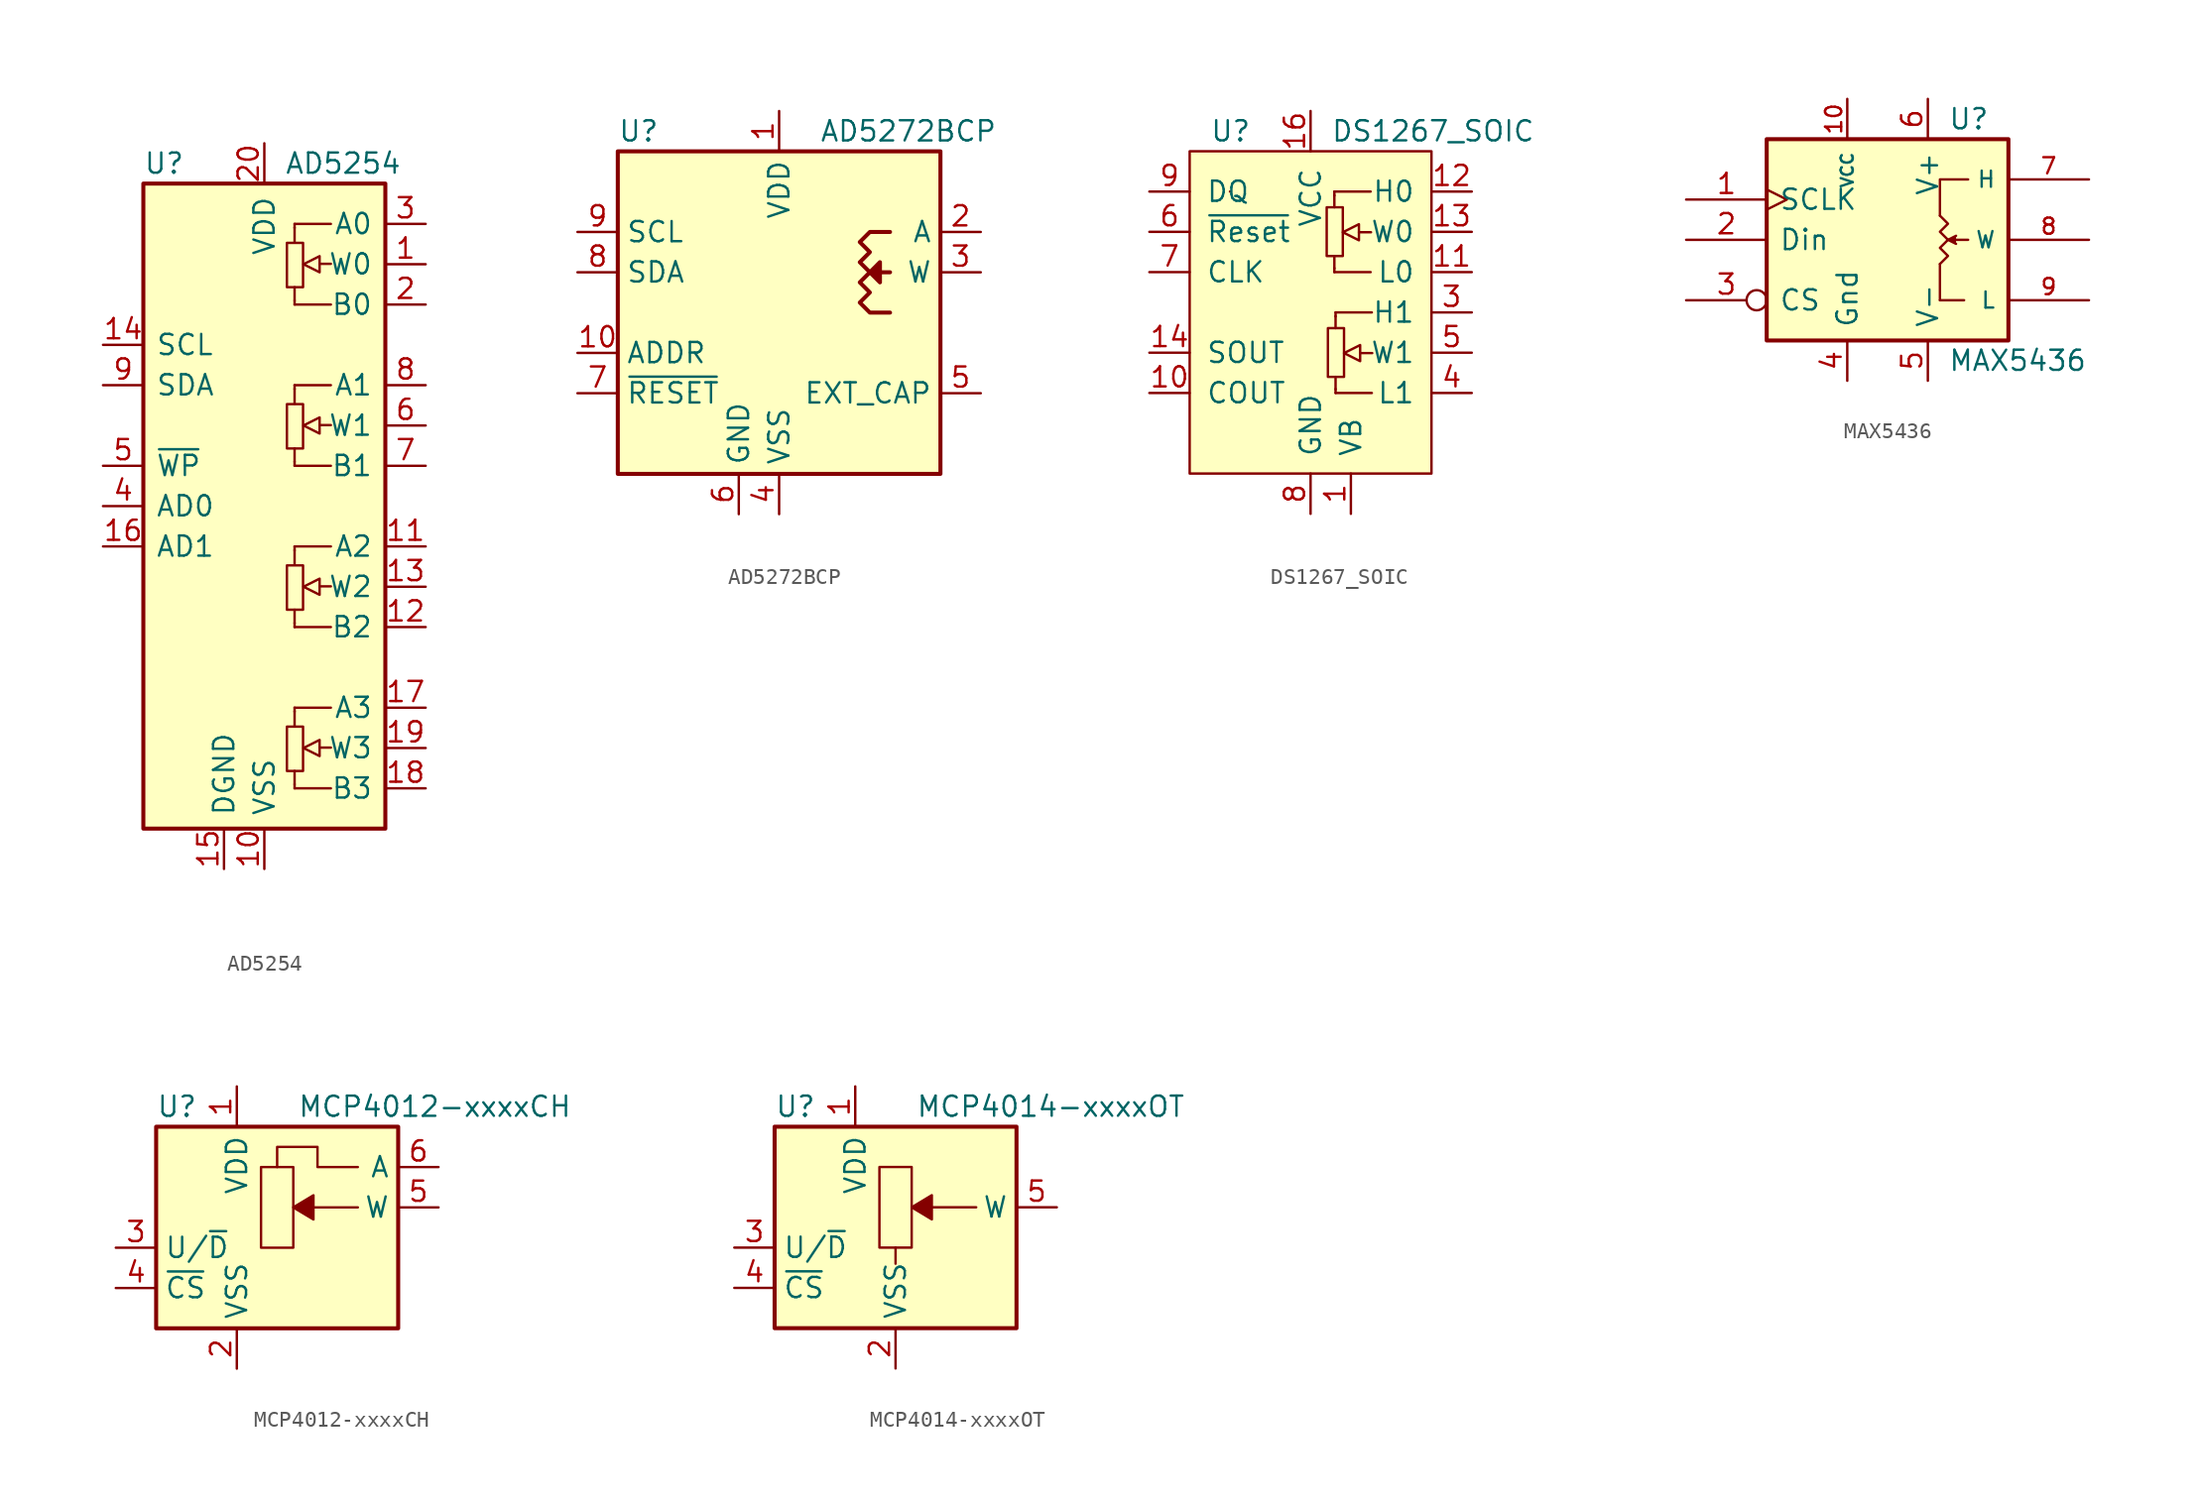
<source format=kicad_sym>
(kicad_symbol_lib
  (version 20201005)
  (generator kicad_symbol_editor)
  (symbol "AD5254"
    (pin_names
      (offset 0.762))
    (property "Reference" "U"
      (at -7.62 21.59 0)
      (effects (font (size 1.27 1.27)) (justify left)))
    (property "Value" "AD5254"
      (at 1.27 21.59 0)
      (effects (font (size 1.27 1.27)) (justify left)))
    (symbol "AD5254_0_1"
      (rectangle (start -7.62 20.32) (end 7.62 -20.32) (stroke (width 0.254)) (fill (type background))))
    (symbol "AD5254_1_1"
      (rectangle (start 1.422 -13.894) (end 2.438 -16.688) (stroke (width 0)) (fill (type none)))
      (rectangle (start 1.422 -3.734) (end 2.438 -6.528) (stroke (width 0)) (fill (type none)))
      (rectangle (start 1.422 6.426) (end 2.438 3.632) (stroke (width 0)) (fill (type none)))
      (rectangle (start 1.422 16.586) (end 2.438 13.792) (stroke (width 0)) (fill (type none)))
      (polyline (pts (xy 1.905 -17.526) (xy 1.905 -16.688)) (stroke (width 0)) (fill (type none)))
      (polyline (pts (xy 1.905 -12.929) (xy 1.905 -13.868)) (stroke (width 0)) (fill (type none)))
      (polyline (pts (xy 1.905 -7.366) (xy 1.905 -6.528)) (stroke (width 0)) (fill (type none)))
      (polyline (pts (xy 1.905 -2.769) (xy 1.905 -3.708)) (stroke (width 0)) (fill (type none)))
      (polyline (pts (xy 1.905 2.794) (xy 1.905 3.632)) (stroke (width 0)) (fill (type none)))
      (polyline (pts (xy 1.905 7.391) (xy 1.905 6.452)) (stroke (width 0)) (fill (type none)))
      (polyline (pts (xy 1.905 12.954) (xy 1.905 13.792)) (stroke (width 0)) (fill (type none)))
      (polyline (pts (xy 1.905 17.551) (xy 1.905 16.612)) (stroke (width 0)) (fill (type none)))
      (polyline (pts (xy 3.48 -15.215) (xy 4.191 -15.215)) (stroke (width 0)) (fill (type none)))
      (polyline (pts (xy 3.48 -5.055) (xy 4.191 -5.055)) (stroke (width 0)) (fill (type none)))
      (polyline (pts (xy 3.48 5.105) (xy 4.191 5.105)) (stroke (width 0)) (fill (type none)))
      (polyline (pts (xy 3.48 15.265) (xy 4.191 15.265)) (stroke (width 0)) (fill (type none)))
      (polyline (pts (xy 1.905 -12.7) (xy 1.905 -12.954) (xy 1.905 -12.954)) (stroke (width 0)) (fill (type none)))
      (polyline (pts (xy 1.905 -2.54) (xy 1.905 -2.794) (xy 1.905 -2.794)) (stroke (width 0)) (fill (type none)))
      (polyline (pts (xy 1.905 7.62) (xy 1.905 7.366) (xy 1.905 7.366)) (stroke (width 0)) (fill (type none)))
      (polyline (pts (xy 1.905 17.78) (xy 1.905 17.526) (xy 1.905 17.526)) (stroke (width 0)) (fill (type none)))
      (polyline (pts (xy 1.905 -17.78) (xy 1.905 -17.526) (xy 1.905 -17.526)) (stroke (width 0)) (fill (type background)))
      (polyline (pts (xy 1.905 -17.78) (xy 4.191 -17.78) (xy 4.191 -17.78)) (stroke (width 0)) (fill (type background)))
      (polyline (pts (xy 1.905 -12.7) (xy 4.191 -12.7) (xy 4.191 -12.7)) (stroke (width 0)) (fill (type background)))
      (polyline (pts (xy 1.905 -7.62) (xy 1.905 -7.366) (xy 1.905 -7.366)) (stroke (width 0)) (fill (type background)))
      (polyline (pts (xy 1.905 -7.62) (xy 4.191 -7.62) (xy 4.191 -7.62)) (stroke (width 0)) (fill (type background)))
      (polyline (pts (xy 1.905 -2.54) (xy 4.191 -2.54) (xy 4.191 -2.54)) (stroke (width 0)) (fill (type background)))
      (polyline (pts (xy 1.905 2.54) (xy 1.905 2.794) (xy 1.905 2.794)) (stroke (width 0)) (fill (type background)))
      (polyline (pts (xy 1.905 2.54) (xy 4.191 2.54) (xy 4.191 2.54)) (stroke (width 0)) (fill (type background)))
      (polyline (pts (xy 1.905 7.62) (xy 4.191 7.62) (xy 4.191 7.62)) (stroke (width 0)) (fill (type background)))
      (polyline (pts (xy 1.905 12.7) (xy 1.905 12.954) (xy 1.905 12.954)) (stroke (width 0)) (fill (type background)))
      (polyline (pts (xy 1.905 12.7) (xy 4.191 12.7) (xy 4.191 12.7)) (stroke (width 0)) (fill (type background)))
      (polyline (pts (xy 1.905 17.78) (xy 4.191 17.78) (xy 4.191 17.78)) (stroke (width 0)) (fill (type background)))
      (polyline (pts (xy 3.48 -14.732) (xy 3.48 -15.748) (xy 2.464 -15.24) (xy 3.48 -14.732) (xy 3.48 -14.732)) (stroke (width 0)) (fill (type background)))
      (polyline (pts (xy 3.48 -4.572) (xy 3.48 -5.588) (xy 2.464 -5.08) (xy 3.48 -4.572) (xy 3.48 -4.572)) (stroke (width 0)) (fill (type background)))
      (polyline (pts (xy 3.48 5.588) (xy 3.48 4.572) (xy 2.464 5.08) (xy 3.48 5.588) (xy 3.48 5.588)) (stroke (width 0)) (fill (type background)))
      (polyline (pts (xy 3.48 15.748) (xy 3.48 14.732) (xy 2.464 15.24) (xy 3.48 15.748) (xy 3.48 15.748)) (stroke (width 0)) (fill (type background)))
      (pin passive line (at 10.16 15.24 180) (length 2.54) (name "W0" (effects (font (size 1.27 1.27)))) (number "1" (effects (font (size 1.27 1.27)))))
      (pin power_in line (at 0 -22.86 90) (length 2.54) (name "VSS" (effects (font (size 1.27 1.27)))) (number "10" (effects (font (size 1.27 1.27)))))
      (pin passive line (at 10.16 -2.54 180) (length 2.54) (name "A2" (effects (font (size 1.27 1.27)))) (number "11" (effects (font (size 1.27 1.27)))))
      (pin passive line (at 10.16 -7.62 180) (length 2.54) (name "B2" (effects (font (size 1.27 1.27)))) (number "12" (effects (font (size 1.27 1.27)))))
      (pin passive line (at 10.16 -5.08 180) (length 2.54) (name "W2" (effects (font (size 1.27 1.27)))) (number "13" (effects (font (size 1.27 1.27)))))
      (pin input line (at -10.16 10.16 0) (length 2.54) (name "SCL" (effects (font (size 1.27 1.27)))) (number "14" (effects (font (size 1.27 1.27)))))
      (pin power_in line (at -2.54 -22.86 90) (length 2.54) (name "DGND" (effects (font (size 1.27 1.27)))) (number "15" (effects (font (size 1.27 1.27)))))
      (pin input line (at -10.16 -2.54 0) (length 2.54) (name "AD1" (effects (font (size 1.27 1.27)))) (number "16" (effects (font (size 1.27 1.27)))))
      (pin passive line (at 10.16 -12.7 180) (length 2.54) (name "A3" (effects (font (size 1.27 1.27)))) (number "17" (effects (font (size 1.27 1.27)))))
      (pin passive line (at 10.16 -17.78 180) (length 2.54) (name "B3" (effects (font (size 1.27 1.27)))) (number "18" (effects (font (size 1.27 1.27)))))
      (pin passive line (at 10.16 -15.24 180) (length 2.54) (name "W3" (effects (font (size 1.27 1.27)))) (number "19" (effects (font (size 1.27 1.27)))))
      (pin passive line (at 10.16 12.7 180) (length 2.54) (name "B0" (effects (font (size 1.27 1.27)))) (number "2" (effects (font (size 1.27 1.27)))))
      (pin power_in line (at 0 22.86 270) (length 2.54) (name "VDD" (effects (font (size 1.27 1.27)))) (number "20" (effects (font (size 1.27 1.27)))))
      (pin passive line (at 10.16 17.78 180) (length 2.54) (name "A0" (effects (font (size 1.27 1.27)))) (number "3" (effects (font (size 1.27 1.27)))))
      (pin input line (at -10.16 0 0) (length 2.54) (name "AD0" (effects (font (size 1.27 1.27)))) (number "4" (effects (font (size 1.27 1.27)))))
      (pin input line (at -10.16 2.54 0) (length 2.54) (name "~WP~" (effects (font (size 1.27 1.27)))) (number "5" (effects (font (size 1.27 1.27)))))
      (pin passive line (at 10.16 5.08 180) (length 2.54) (name "W1" (effects (font (size 1.27 1.27)))) (number "6" (effects (font (size 1.27 1.27)))))
      (pin passive line (at 10.16 2.54 180) (length 2.54) (name "B1" (effects (font (size 1.27 1.27)))) (number "7" (effects (font (size 1.27 1.27)))))
      (pin passive line (at 10.16 7.62 180) (length 2.54) (name "A1" (effects (font (size 1.27 1.27)))) (number "8" (effects (font (size 1.27 1.27)))))
      (pin bidirectional line (at -10.16 7.62 0) (length 2.54) (name "SDA" (effects (font (size 1.27 1.27)))) (number "9" (effects (font (size 1.27 1.27)))))))
  (symbol "AD5272BCP"
    (property "Reference" "U"
      (at -10.16 11.43 0)
      (effects (font (size 1.27 1.27)) (justify left)))
    (property "Value" "AD5272BCP"
      (at 2.54 11.43 0)
      (effects (font (size 1.27 1.27)) (justify left)))
    (symbol "AD5272BCP_0_1"
      (rectangle (start -10.16 10.16) (end 10.16 -10.16) (stroke (width 0.254)) (fill (type background)))
      (polyline (pts (xy 6.985 5.08) (xy 5.715 5.08) (xy 5.08 4.445) (xy 5.715 3.81) (xy 5.08 3.175) (xy 5.715 2.54) (xy 5.08 1.905) (xy 5.715 1.27) (xy 5.08 0.635) (xy 5.715 0) (xy 6.985 0)) (stroke (width 0.254)) (fill (type none)))
      (polyline (pts (xy 6.985 2.54) (xy 6.35 2.54) (xy 5.715 2.54) (xy 6.35 3.175) (xy 6.35 1.905) (xy 5.715 2.54)) (stroke (width 0.254)) (fill (type outline))))
    (symbol "AD5272BCP_1_1"
      (pin power_in line (at 0 12.7 270) (length 2.54) (name "VDD" (effects (font (size 1.27 1.27)))) (number "1" (effects (font (size 1.27 1.27)))))
      (pin passive line (at -12.7 -2.54 0) (length 2.54) (name "ADDR" (effects (font (size 1.27 1.27)))) (number "10" (effects (font (size 1.27 1.27)))))
      (pin passive line (at 0 -12.7 90) (length 2.54) hide (name "VSS" (effects (font (size 1.27 1.27)))) (number "11" (effects (font (size 1.27 1.27)))))
      (pin passive line (at 12.7 5.08 180) (length 2.54) (name "A" (effects (font (size 1.27 1.27)))) (number "2" (effects (font (size 1.27 1.27)))))
      (pin passive line (at 12.7 2.54 180) (length 2.54) (name "W" (effects (font (size 1.27 1.27)))) (number "3" (effects (font (size 1.27 1.27)))))
      (pin power_in line (at 0 -12.7 90) (length 2.54) (name "VSS" (effects (font (size 1.27 1.27)))) (number "4" (effects (font (size 1.27 1.27)))))
      (pin passive line (at 12.7 -5.08 180) (length 2.54) (name "EXT_CAP" (effects (font (size 1.27 1.27)))) (number "5" (effects (font (size 1.27 1.27)))))
      (pin power_in line (at -2.54 -12.7 90) (length 2.54) (name "GND" (effects (font (size 1.27 1.27)))) (number "6" (effects (font (size 1.27 1.27)))))
      (pin input line (at -12.7 -5.08 0) (length 2.54) (name "~RESET" (effects (font (size 1.27 1.27)))) (number "7" (effects (font (size 1.27 1.27)))))
      (pin bidirectional line (at -12.7 2.54 0) (length 2.54) (name "SDA" (effects (font (size 1.27 1.27)))) (number "8" (effects (font (size 1.27 1.27)))))
      (pin input line (at -12.7 5.08 0) (length 2.54) (name "SCL" (effects (font (size 1.27 1.27)))) (number "9" (effects (font (size 1.27 1.27)))))))
  (symbol "DS1267_SOIC"
    (pin_names
      (offset 1.016))
    (property "Reference" "U"
      (at -6.35 11.43 0)
      (effects (font (size 1.27 1.27)) (justify left)))
    (property "Value" "DS1267_SOIC"
      (at 1.27 11.43 0)
      (effects (font (size 1.27 1.27)) (justify left)))
    (symbol "DS1267_SOIC_0_1"
      (rectangle (start -5.08 7.62) (end -5.08 7.62) (stroke (width 0)) (fill (type none)))
      (rectangle (start 2.032 6.629) (end 1.016 3.556) (stroke (width 0)) (fill (type none)))
      (rectangle (start 2.108 -0.991) (end 1.092 -4.064) (stroke (width 0)) (fill (type none)))
      (rectangle (start -7.62 10.16) (end 7.62 -10.16) (stroke (width 0)) (fill (type background)))
      (polyline (pts (xy 1.499 2.769) (xy 1.499 3.556)) (stroke (width 0)) (fill (type none)))
      (polyline (pts (xy 1.499 6.629) (xy 1.499 7.391)) (stroke (width 0)) (fill (type none)))
      (polyline (pts (xy 1.575 -4.851) (xy 1.575 -4.064)) (stroke (width 0)) (fill (type none)))
      (polyline (pts (xy 1.575 -0.991) (xy 1.575 -0.229)) (stroke (width 0)) (fill (type none)))
      (polyline (pts (xy 3.048 5.055) (xy 3.81 5.055)) (stroke (width 0)) (fill (type none)))
      (polyline (pts (xy 3.124 -2.565) (xy 3.886 -2.565)) (stroke (width 0)) (fill (type none)))
      (polyline (pts (xy 1.499 7.62) (xy 1.499 7.366) (xy 1.499 7.366)) (stroke (width 0)) (fill (type none)))
      (polyline (pts (xy 1.575 0) (xy 1.575 -0.254) (xy 1.575 -0.254)) (stroke (width 0)) (fill (type none)))
      (polyline (pts (xy 1.499 2.54) (xy 1.499 2.794) (xy 1.499 2.794)) (stroke (width 0)) (fill (type background)))
      (polyline (pts (xy 1.499 2.54) (xy 3.785 2.54) (xy 3.785 2.54)) (stroke (width 0)) (fill (type background)))
      (polyline (pts (xy 1.499 7.62) (xy 3.785 7.62) (xy 3.785 7.62)) (stroke (width 0)) (fill (type background)))
      (polyline (pts (xy 1.575 -5.08) (xy 1.575 -4.826) (xy 1.575 -4.826)) (stroke (width 0)) (fill (type background)))
      (polyline (pts (xy 1.575 -5.08) (xy 3.861 -5.08) (xy 3.861 -5.08)) (stroke (width 0)) (fill (type background)))
      (polyline (pts (xy 1.575 0) (xy 3.861 0) (xy 3.861 0)) (stroke (width 0)) (fill (type background)))
      (polyline (pts (xy 3.048 5.563) (xy 3.048 4.547) (xy 2.032 5.055) (xy 3.048 5.563) (xy 3.048 5.563)) (stroke (width 0)) (fill (type background)))
      (polyline (pts (xy 3.124 -2.057) (xy 3.124 -3.073) (xy 2.108 -2.565) (xy 3.124 -2.057) (xy 3.124 -2.057)) (stroke (width 0)) (fill (type background))))
    (symbol "DS1267_SOIC_1_1"
      (pin power_in line (at 2.54 -12.7 90) (length 2.54) (name "VB" (effects (font (size 1.27 1.27)))) (number "1" (effects (font (size 1.27 1.27)))))
      (pin output line (at -10.16 -5.08 0) (length 2.54) (name "COUT" (effects (font (size 1.27 1.27)))) (number "10" (effects (font (size 1.27 1.27)))))
      (pin passive line (at 10.16 2.54 180) (length 2.54) (name "L0" (effects (font (size 1.27 1.27)))) (number "11" (effects (font (size 1.27 1.27)))))
      (pin passive line (at 10.16 7.62 180) (length 2.54) (name "H0" (effects (font (size 1.27 1.27)))) (number "12" (effects (font (size 1.27 1.27)))))
      (pin passive line (at 10.16 5.08 180) (length 2.54) (name "W0" (effects (font (size 1.27 1.27)))) (number "13" (effects (font (size 1.27 1.27)))))
      (pin output line (at -10.16 -2.54 0) (length 2.54) (name "SOUT" (effects (font (size 1.27 1.27)))) (number "14" (effects (font (size 1.27 1.27)))))
      (pin power_in line (at 0 12.7 270) (length 2.54) (name "VCC" (effects (font (size 1.27 1.27)))) (number "16" (effects (font (size 1.27 1.27)))))
      (pin passive line (at 10.16 0 180) (length 2.54) (name "H1" (effects (font (size 1.27 1.27)))) (number "3" (effects (font (size 1.27 1.27)))))
      (pin passive line (at 10.16 -5.08 180) (length 2.54) (name "L1" (effects (font (size 1.27 1.27)))) (number "4" (effects (font (size 1.27 1.27)))))
      (pin passive line (at 10.16 -2.54 180) (length 2.54) (name "W1" (effects (font (size 1.27 1.27)))) (number "5" (effects (font (size 1.27 1.27)))))
      (pin input line (at -10.16 5.08 0) (length 2.54) (name "~Reset" (effects (font (size 1.27 1.27)))) (number "6" (effects (font (size 1.27 1.27)))))
      (pin input line (at -10.16 2.54 0) (length 2.54) (name "CLK" (effects (font (size 1.27 1.27)))) (number "7" (effects (font (size 1.27 1.27)))))
      (pin power_in line (at 0 -12.7 90) (length 2.54) (name "GND" (effects (font (size 1.27 1.27)))) (number "8" (effects (font (size 1.27 1.27)))))
      (pin input line (at -10.16 7.62 0) (length 2.54) (name "DQ" (effects (font (size 1.27 1.27)))) (number "9" (effects (font (size 1.27 1.27)))))))
  (symbol "MAX5436"
    (pin_names
      (offset 0.762))
    (property "Reference" "U"
      (at 3.81 7.62 0)
      (effects (font (size 1.27 1.27)) (justify left)))
    (property "Value" "MAX5436"
      (at 3.81 -7.62 0)
      (effects (font (size 1.27 1.27)) (justify left)))
    (symbol "MAX5436_0_1"
      (rectangle (start -7.62 6.35) (end 7.62 -6.35) (stroke (width 0.254)) (fill (type background)))
      (polyline (pts (xy 3.302 -1.524) (xy 3.302 -3.81)) (stroke (width 0)) (fill (type none)))
      (polyline (pts (xy 4.826 -3.81) (xy 3.302 -3.81)) (stroke (width 0)) (fill (type none)))
      (polyline (pts (xy 5.08 0) (xy 4.318 0)) (stroke (width 0)) (fill (type none)))
      (polyline (pts (xy 3.302 1.524) (xy 3.302 3.81) (xy 5.08 3.81)) (stroke (width 0)) (fill (type none)))
      (polyline (pts (xy 3.81 0) (xy 3.302 0.508) (xy 3.81 1.016) (xy 3.302 1.524)) (stroke (width 0)) (fill (type none)))
      (polyline (pts (xy 3.81 0) (xy 3.302 -0.508) (xy 3.81 -1.016) (xy 3.302 -1.524) (xy 3.302 -1.524)) (stroke (width 0)) (fill (type none)))
      (polyline (pts (xy 4.318 -0.254) (xy 3.81 0) (xy 4.318 0.254)) (stroke (width 0)) (fill (type outline))))
    (symbol "MAX5436_1_1"
      (pin input clock (at -12.7 2.54 0) (length 5.08) (name "SCLK" (effects (font (size 1.27 1.27)))) (number "1" (effects (font (size 1.27 1.27)))))
      (pin power_in line (at -2.54 8.89 270) (length 2.54) (name "VCC" (effects (font (size 0.762 0.762)))) (number "10" (effects (font (size 1.016 1.016)))))
      (pin input line (at -12.7 0 0) (length 5.08) (name "Din" (effects (font (size 1.27 1.27)))) (number "2" (effects (font (size 1.27 1.27)))))
      (pin input inverted (at -12.7 -3.81 0) (length 5.08) (name "CS" (effects (font (size 1.27 1.27)))) (number "3" (effects (font (size 1.27 1.27)))))
      (pin power_in line (at -2.54 -8.89 90) (length 2.54) (name "Gnd" (effects (font (size 1.27 1.27)))) (number "4" (effects (font (size 1.27 1.27)))))
      (pin power_in line (at 2.54 -8.89 90) (length 2.54) (name "V-" (effects (font (size 1.27 1.27)))) (number "5" (effects (font (size 1.27 1.27)))))
      (pin power_in line (at 2.54 8.89 270) (length 2.54) (name "V+" (effects (font (size 1.27 1.27)))) (number "6" (effects (font (size 1.27 1.27)))))
      (pin passive line (at 12.7 3.81 180) (length 5.08) (name "H" (effects (font (size 1.016 1.016)))) (number "7" (effects (font (size 1.016 1.016)))))
      (pin passive line (at 12.7 0 180) (length 5.08) (name "W" (effects (font (size 1.016 1.016)))) (number "8" (effects (font (size 1.016 1.016)))))
      (pin passive line (at 12.7 -3.81 180) (length 5.08) (name "L" (effects (font (size 1.016 1.016)))) (number "9" (effects (font (size 1.016 1.016)))))))
  (symbol "MCP4012-xxxxCH"
    (property "Reference" "U"
      (at -7.62 8.89 0)
      (effects (font (size 1.27 1.27)) (justify left)))
    (property "Value" "MCP4012-xxxxCH"
      (at 1.27 8.89 0)
      (effects (font (size 1.27 1.27)) (justify left)))
    (symbol "MCP4012-xxxxCH_0_1"
      (rectangle (start 1.016 0) (end -1.016 5.08) (stroke (width 0)) (fill (type none)))
      (polyline (pts (xy 5.08 2.54) (xy 3.81 2.54) (xy 1.27 2.54)) (stroke (width 0)) (fill (type none)))
      (polyline (pts (xy 5.08 5.08) (xy 2.54 5.08) (xy 2.54 6.35) (xy 0 6.35) (xy 0 5.08)) (stroke (width 0)) (fill (type none)))
      (polyline (pts (xy 2.286 1.778) (xy 2.286 3.302) (xy 1.016 2.54) (xy 2.286 1.778)) (stroke (width 0)) (fill (type outline))))
    (symbol "MCP4012-xxxxCH_1_1"
      (rectangle (start -7.62 7.62) (end 7.62 -5.08) (stroke (width 0.254)) (fill (type background)))
      (pin power_in line (at -2.54 10.16 270) (length 2.54) (name "VDD" (effects (font (size 1.27 1.27)))) (number "1" (effects (font (size 1.27 1.27)))))
      (pin power_in line (at -2.54 -7.62 90) (length 2.54) (name "VSS" (effects (font (size 1.27 1.27)))) (number "2" (effects (font (size 1.27 1.27)))))
      (pin input line (at -10.16 0 0) (length 2.54) (name "U/~D" (effects (font (size 1.27 1.27)))) (number "3" (effects (font (size 1.27 1.27)))))
      (pin input line (at -10.16 -2.54 0) (length 2.54) (name "~CS" (effects (font (size 1.27 1.27)))) (number "4" (effects (font (size 1.27 1.27)))))
      (pin passive line (at 10.16 2.54 180) (length 2.54) (name "W" (effects (font (size 1.27 1.27)))) (number "5" (effects (font (size 1.27 1.27)))))
      (pin passive line (at 10.16 5.08 180) (length 2.54) (name "A" (effects (font (size 1.27 1.27)))) (number "6" (effects (font (size 1.27 1.27)))))))
  (symbol "MCP4014-xxxxOT"
    (property "Reference" "U"
      (at -7.62 8.89 0)
      (effects (font (size 1.27 1.27)) (justify left)))
    (property "Value" "MCP4014-xxxxOT"
      (at 1.27 8.89 0)
      (effects (font (size 1.27 1.27)) (justify left)))
    (symbol "MCP4014-xxxxOT_1_1"
      (rectangle (start 1.016 0) (end -1.016 5.08) (stroke (width 0)) (fill (type none)))
      (rectangle (start -7.62 7.62) (end 7.62 -5.08) (stroke (width 0.254)) (fill (type background)))
      (polyline (pts (xy 0 0) (xy 0 -1.016)) (stroke (width 0)) (fill (type none)))
      (polyline (pts (xy 5.08 2.54) (xy 2.286 2.54)) (stroke (width 0)) (fill (type none)))
      (polyline (pts (xy 2.286 1.778) (xy 2.286 3.302) (xy 1.016 2.54) (xy 2.286 1.778)) (stroke (width 0)) (fill (type outline)))
      (pin power_in line (at -2.54 10.16 270) (length 2.54) (name "VDD" (effects (font (size 1.27 1.27)))) (number "1" (effects (font (size 1.27 1.27)))))
      (pin power_in line (at 0 -7.62 90) (length 2.54) (name "VSS" (effects (font (size 1.27 1.27)))) (number "2" (effects (font (size 1.27 1.27)))))
      (pin input line (at -10.16 0 0) (length 2.54) (name "U/~D" (effects (font (size 1.27 1.27)))) (number "3" (effects (font (size 1.27 1.27)))))
      (pin input line (at -10.16 -2.54 0) (length 2.54) (name "~CS" (effects (font (size 1.27 1.27)))) (number "4" (effects (font (size 1.27 1.27)))))
      (pin passive line (at 10.16 2.54 180) (length 2.54) (name "W" (effects (font (size 1.27 1.27)))) (number "5" (effects (font (size 1.27 1.27))))))))
</source>
